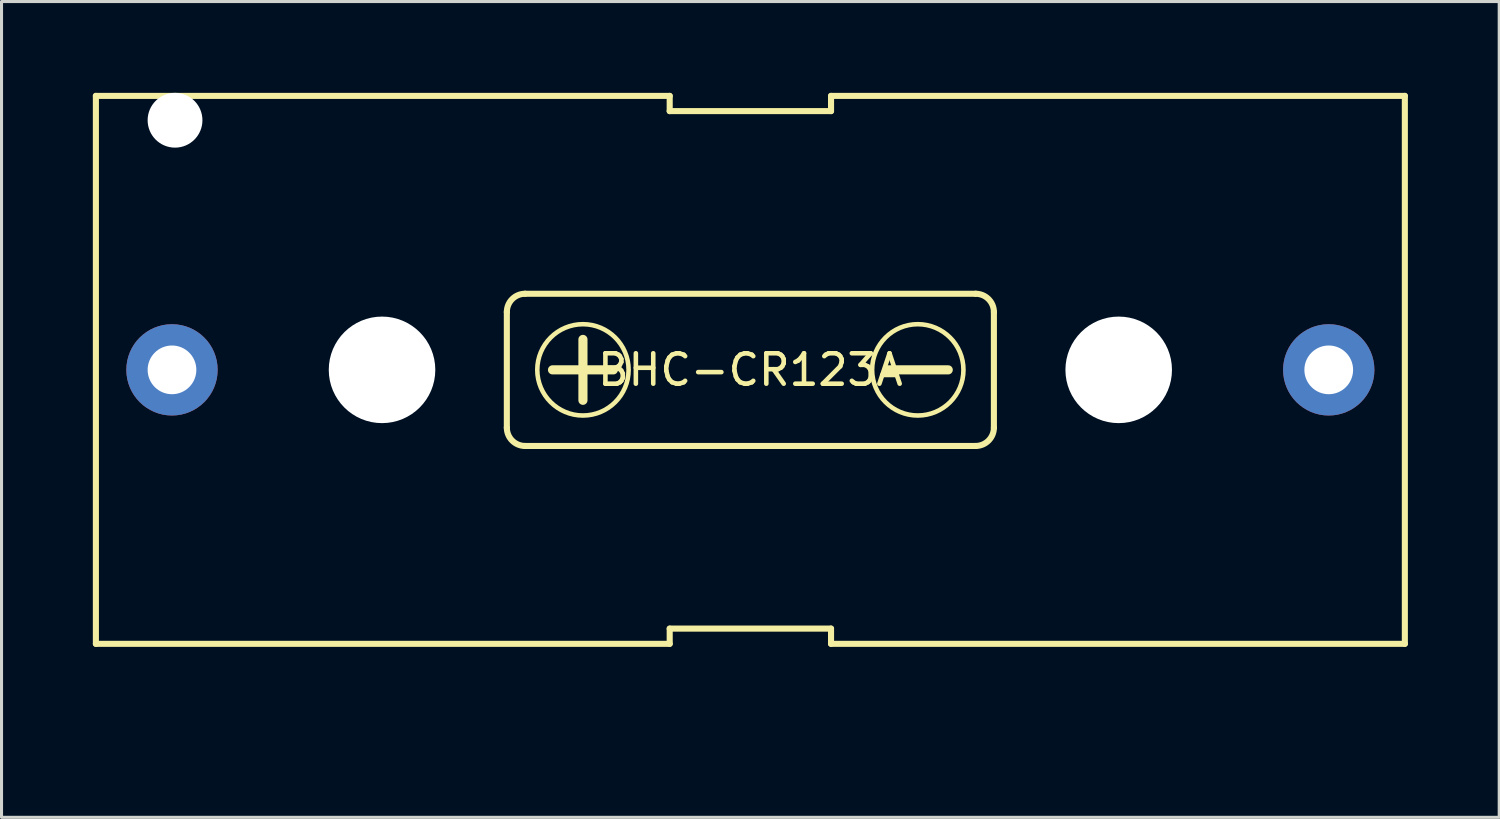
<source format=kicad_pcb>
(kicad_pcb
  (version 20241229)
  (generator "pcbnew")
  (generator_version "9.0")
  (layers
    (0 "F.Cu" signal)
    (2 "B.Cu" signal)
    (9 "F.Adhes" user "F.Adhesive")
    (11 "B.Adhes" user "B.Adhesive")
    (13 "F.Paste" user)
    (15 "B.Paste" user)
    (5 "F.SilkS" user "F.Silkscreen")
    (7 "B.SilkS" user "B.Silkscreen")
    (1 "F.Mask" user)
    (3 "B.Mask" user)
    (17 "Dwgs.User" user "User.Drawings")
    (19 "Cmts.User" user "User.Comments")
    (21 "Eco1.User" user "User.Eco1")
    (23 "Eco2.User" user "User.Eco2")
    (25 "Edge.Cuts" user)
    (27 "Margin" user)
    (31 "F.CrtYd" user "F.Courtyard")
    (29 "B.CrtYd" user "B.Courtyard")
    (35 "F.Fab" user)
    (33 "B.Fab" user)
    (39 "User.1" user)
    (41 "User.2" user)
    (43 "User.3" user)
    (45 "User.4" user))
  (footprint "BHC-CR123A"
    (layer "F.Cu")
    (at 21.6 9.1)
    (property "Reference" "BHC-CR123A" (at 0 0 0) (layer "F.SilkS") (effects (font (size 1 1) (thickness 0.15))))
    (attr through_hole)
    (fp_line (start -21.5 -9) (end -2.65 -9) (stroke (width 0.2) (type solid)) (layer "F.SilkS"))
    (fp_line (start -21.5 9) (end -21.5 -9) (stroke (width 0.2) (type solid)) (layer "F.SilkS"))
    (fp_line (start -21.5 9) (end -2.65 9) (stroke (width 0.2) (type solid)) (layer "F.SilkS"))
    (fp_line (start -8 1.9) (end -8 -1.9) (stroke (width 0.2) (type solid)) (layer "F.SilkS"))
    (fp_line (start -6.5 0) (end -4.5 0) (stroke (width 0.3) (type solid)) (layer "F.SilkS"))
    (fp_line (start -5.5 1) (end -5.5 -1) (stroke (width 0.3) (type solid)) (layer "F.SilkS"))
    (fp_line (start -2.65 -8.5) (end -2.65 -9) (stroke (width 0.2) (type solid)) (layer "F.SilkS"))
    (fp_line (start -2.65 8.5) (end -2.65 9) (stroke (width 0.2) (type solid)) (layer "F.SilkS"))
    (fp_line (start 2.65 -8.5) (end -2.65 -8.5) (stroke (width 0.2) (type solid)) (layer "F.SilkS"))
    (fp_line (start 2.65 -8.5) (end 2.65 -9) (stroke (width 0.2) (type solid)) (layer "F.SilkS"))
    (fp_line (start 2.65 8.5) (end -2.65 8.5) (stroke (width 0.2) (type solid)) (layer "F.SilkS"))
    (fp_line (start 2.65 8.5) (end 2.65 9) (stroke (width 0.2) (type solid)) (layer "F.SilkS"))
    (fp_line (start 6.5 0) (end 4.5 0) (stroke (width 0.3) (type solid)) (layer "F.SilkS"))
    (fp_line (start 7.4 -2.5) (end -7.4 -2.5) (stroke (width 0.2) (type solid)) (layer "F.SilkS"))
    (fp_line (start 7.4 2.5) (end -7.4 2.5) (stroke (width 0.2) (type solid)) (layer "F.SilkS"))
    (fp_line (start 8 1.9) (end 8 -1.9) (stroke (width 0.2) (type solid)) (layer "F.SilkS"))
    (fp_line (start 21.5 -9) (end 2.65 -9) (stroke (width 0.2) (type solid)) (layer "F.SilkS"))
    (fp_line (start 21.5 9) (end 2.65 9) (stroke (width 0.2) (type solid)) (layer "F.SilkS"))
    (fp_line (start 21.5 9) (end 21.5 -9) (stroke (width 0.2) (type solid)) (layer "F.SilkS"))
    (fp_arc (start -8 -1.9) (mid -7.824264 -2.324264) (end -7.4 -2.5) (stroke (width 0.2) (type solid)) (layer "F.SilkS"))
    (fp_arc (start -7.4 2.5) (mid -7.824264 2.324264) (end -8 1.9) (stroke (width 0.2) (type solid)) (layer "F.SilkS"))
    (fp_arc (start 7.4 -2.5) (mid 7.824264 -2.324264) (end 8 -1.9) (stroke (width 0.2) (type solid)) (layer "F.SilkS"))
    (fp_arc (start 8 1.9) (mid 7.824264 2.324264) (end 7.4 2.5) (stroke (width 0.2) (type solid)) (layer "F.SilkS"))
    (fp_circle (center -5.5 0) (end -4 0) (stroke (width 0.15) (type solid)) (fill no) (layer "F.SilkS"))
    (fp_circle (center 5.5 0) (end 7 0) (stroke (width 0.15) (type solid)) (fill no) (layer "F.SilkS"))
    (fp_text user "" (at -8 11.1 0) (layer "F.SilkS") (effects (font (size 3.5 2.8) (thickness 0.2)) (justify top)))
    (pad "" np_thru_hole circle (at -18.9 -8.2) (size 1.8 1.8) (drill 1.8) (layers "*.Cu" "*.Mask"))
    (pad "" np_thru_hole circle (at -12.1 0) (size 3.5 3.5) (drill 3.5) (layers "*.Cu" "*.Mask"))
    (pad "" np_thru_hole circle (at 12.1 0) (size 3.5 3.5) (drill 3.5) (layers "*.Cu" "*.Mask"))
    (pad "1" thru_hole circle (at 19 0) (size 3 3) (drill 1.6) (layers "*.Cu" "*.Mask"))
    (pad "2" thru_hole circle (at -19 0) (size 3 3) (drill 1.6) (layers "*.Cu" "*.Mask")))
  (gr_rect
    (start -3 -3)
    (end 46.2 23.8)
    (stroke (width 0.1) (type default))
    (fill no)
    (layer "Edge.Cuts")))
</source>
